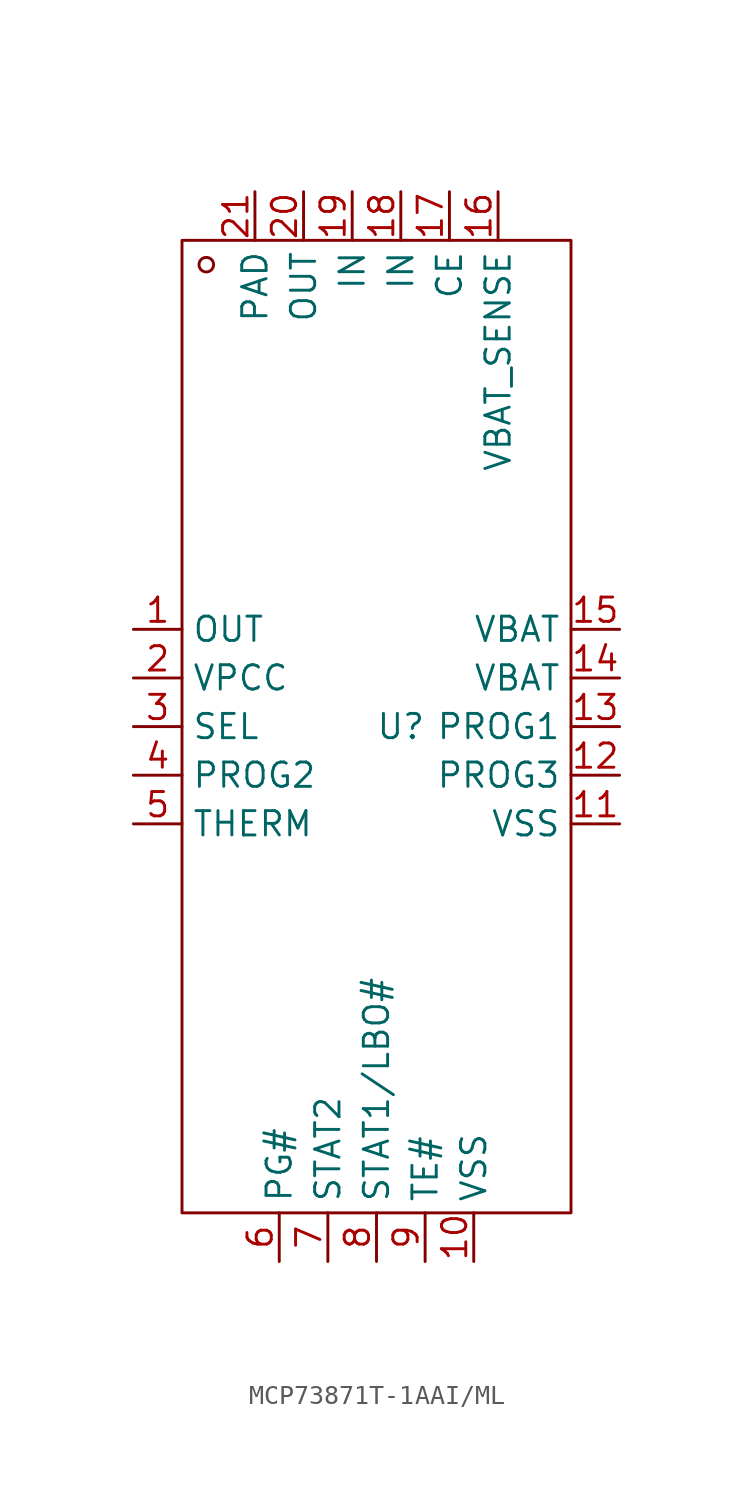
<source format=kicad_sym>
(kicad_symbol_lib
  (version 20241209)
  (generator "kicad_symbol_editor")
  (generator_version "9.0")
  (symbol "MCP73871T-1AAI/ML"
    (property "Reference" "U"
      (at 0 0 0)
      (effects (font (size 1.27 1.27))))
    (property "Value" ""
      (at 0 0 0)
      (effects (font (size 1.27 1.27))))
    (symbol "MCP73871T-1AAI/ML_1_0"
      (rectangle (start -11.43 -25.4) (end 8.89 25.4) (stroke (width 0) (type default)) (fill (type none)))
      (circle (center -10.16 24.13) (radius 0.381) (stroke (width 0) (type default)) (fill (type none)))
      (pin input line (at -13.97 5.08 0) (length 2.54) (name "OUT" (effects (font (size 1.27 1.27)))) (number "1" (effects (font (size 1.27 1.27)))))
      (pin input line (at -13.97 2.54 0) (length 2.54) (name "VPCC" (effects (font (size 1.27 1.27)))) (number "2" (effects (font (size 1.27 1.27)))))
      (pin input line (at -13.97 0 0) (length 2.54) (name "SEL" (effects (font (size 1.27 1.27)))) (number "3" (effects (font (size 1.27 1.27)))))
      (pin input line (at -13.97 -2.54 0) (length 2.54) (name "PROG2" (effects (font (size 1.27 1.27)))) (number "4" (effects (font (size 1.27 1.27)))))
      (pin input line (at -13.97 -5.08 0) (length 2.54) (name "THERM" (effects (font (size 1.27 1.27)))) (number "5" (effects (font (size 1.27 1.27)))))
      (pin input line (at -7.62 27.94 270) (length 2.54) (name "PAD" (effects (font (size 1.27 1.27)))) (number "21" (effects (font (size 1.27 1.27)))))
      (pin input line (at -6.35 -27.94 90) (length 2.54) (name "PG#" (effects (font (size 1.27 1.27)))) (number "6" (effects (font (size 1.27 1.27)))))
      (pin input line (at -5.08 27.94 270) (length 2.54) (name "OUT" (effects (font (size 1.27 1.27)))) (number "20" (effects (font (size 1.27 1.27)))))
      (pin input line (at -3.81 -27.94 90) (length 2.54) (name "STAT2" (effects (font (size 1.27 1.27)))) (number "7" (effects (font (size 1.27 1.27)))))
      (pin input line (at -2.54 27.94 270) (length 2.54) (name "IN" (effects (font (size 1.27 1.27)))) (number "19" (effects (font (size 1.27 1.27)))))
      (pin input line (at -1.27 -27.94 90) (length 2.54) (name "STAT1/LBO#" (effects (font (size 1.27 1.27)))) (number "8" (effects (font (size 1.27 1.27)))))
      (pin input line (at 0 27.94 270) (length 2.54) (name "IN" (effects (font (size 1.27 1.27)))) (number "18" (effects (font (size 1.27 1.27)))))
      (pin input line (at 1.27 -27.94 90) (length 2.54) (name "TE#" (effects (font (size 1.27 1.27)))) (number "9" (effects (font (size 1.27 1.27)))))
      (pin input line (at 2.54 27.94 270) (length 2.54) (name "CE" (effects (font (size 1.27 1.27)))) (number "17" (effects (font (size 1.27 1.27)))))
      (pin input line (at 3.81 -27.94 90) (length 2.54) (name "VSS" (effects (font (size 1.27 1.27)))) (number "10" (effects (font (size 1.27 1.27)))))
      (pin input line (at 5.08 27.94 270) (length 2.54) (name "VBAT_SENSE" (effects (font (size 1.27 1.27)))) (number "16" (effects (font (size 1.27 1.27)))))
      (pin input line (at 11.43 5.08 180) (length 2.54) (name "VBAT" (effects (font (size 1.27 1.27)))) (number "15" (effects (font (size 1.27 1.27)))))
      (pin input line (at 11.43 2.54 180) (length 2.54) (name "VBAT" (effects (font (size 1.27 1.27)))) (number "14" (effects (font (size 1.27 1.27)))))
      (pin input line (at 11.43 0 180) (length 2.54) (name "PROG1" (effects (font (size 1.27 1.27)))) (number "13" (effects (font (size 1.27 1.27)))))
      (pin input line (at 11.43 -2.54 180) (length 2.54) (name "PROG3" (effects (font (size 1.27 1.27)))) (number "12" (effects (font (size 1.27 1.27)))))
      (pin input line (at 11.43 -5.08 180) (length 2.54) (name "VSS" (effects (font (size 1.27 1.27)))) (number "11" (effects (font (size 1.27 1.27))))))))
</source>
